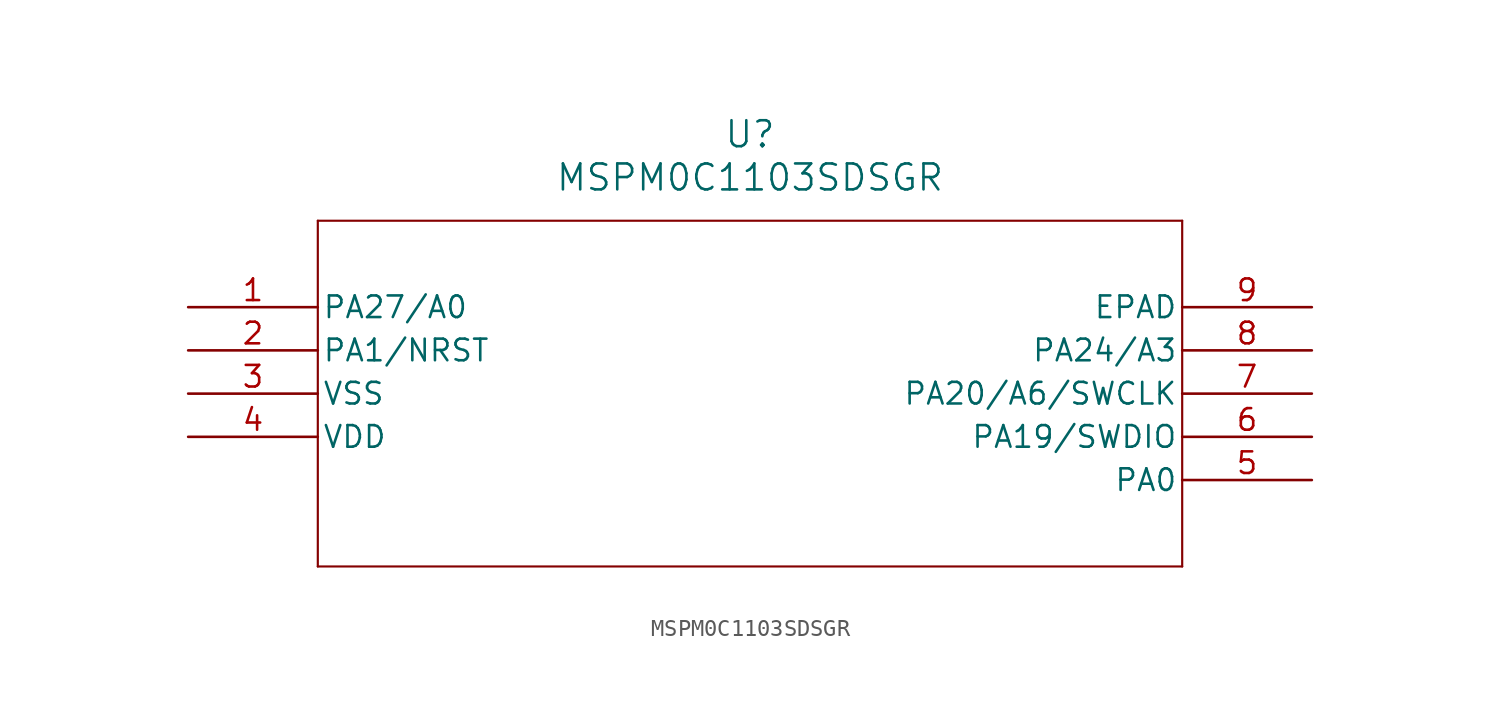
<source format=kicad_sym>
(kicad_symbol_lib
  (version 20211014)
  (generator kicad_symbol_editor)
  (symbol "MSPM0C1103SDSGR"
    (pin_names
      (offset 0.254))
    (property "Reference" "U"
      (at 33.02 10.16 0)
      (effects (font (size 1.524 1.524))))
    (property "Value" "MSPM0C1103SDSGR"
      (at 33.02 7.62 0)
      (effects (font (size 1.524 1.524))))
    (symbol "MSPM0C1103SDSGR_0_1"
      (polyline (pts (xy 7.62 5.08) (xy 7.62 -15.24)) (stroke (width 0.127) (type default) (color 0 0 0 0)) (fill (type none)))
      (polyline (pts (xy 7.62 -15.24) (xy 58.42 -15.24)) (stroke (width 0.127) (type default) (color 0 0 0 0)) (fill (type none)))
      (polyline (pts (xy 58.42 -15.24) (xy 58.42 5.08)) (stroke (width 0.127) (type default) (color 0 0 0 0)) (fill (type none)))
      (polyline (pts (xy 58.42 5.08) (xy 7.62 5.08)) (stroke (width 0.127) (type default) (color 0 0 0 0)) (fill (type none)))
      (pin bidirectional line (at 0 0 0) (length 7.62) (name "PA27/A0" (effects (font (size 1.27 1.27)))) (number "1" (effects (font (size 1.27 1.27)))))
      (pin bidirectional line (at 0 -2.54 0) (length 7.62) (name "PA1/NRST" (effects (font (size 1.27 1.27)))) (number "2" (effects (font (size 1.27 1.27)))))
      (pin power_in line (at 0 -5.08 0) (length 7.62) (name "VSS" (effects (font (size 1.27 1.27)))) (number "3" (effects (font (size 1.27 1.27)))))
      (pin power_in line (at 0 -7.62 0) (length 7.62) (name "VDD" (effects (font (size 1.27 1.27)))) (number "4" (effects (font (size 1.27 1.27)))))
      (pin bidirectional line (at 66.04 -10.16 180) (length 7.62) (name "PA0" (effects (font (size 1.27 1.27)))) (number "5" (effects (font (size 1.27 1.27)))))
      (pin bidirectional line (at 66.04 -7.62 180) (length 7.62) (name "PA19/SWDIO" (effects (font (size 1.27 1.27)))) (number "6" (effects (font (size 1.27 1.27)))))
      (pin bidirectional line (at 66.04 -5.08 180) (length 7.62) (name "PA20/A6/SWCLK" (effects (font (size 1.27 1.27)))) (number "7" (effects (font (size 1.27 1.27)))))
      (pin bidirectional line (at 66.04 -2.54 180) (length 7.62) (name "PA24/A3" (effects (font (size 1.27 1.27)))) (number "8" (effects (font (size 1.27 1.27)))))
      (pin power_out line (at 66.04 0 180) (length 7.62) (name "EPAD" (effects (font (size 1.27 1.27)))) (number "9" (effects (font (size 1.27 1.27))))))))
</source>
